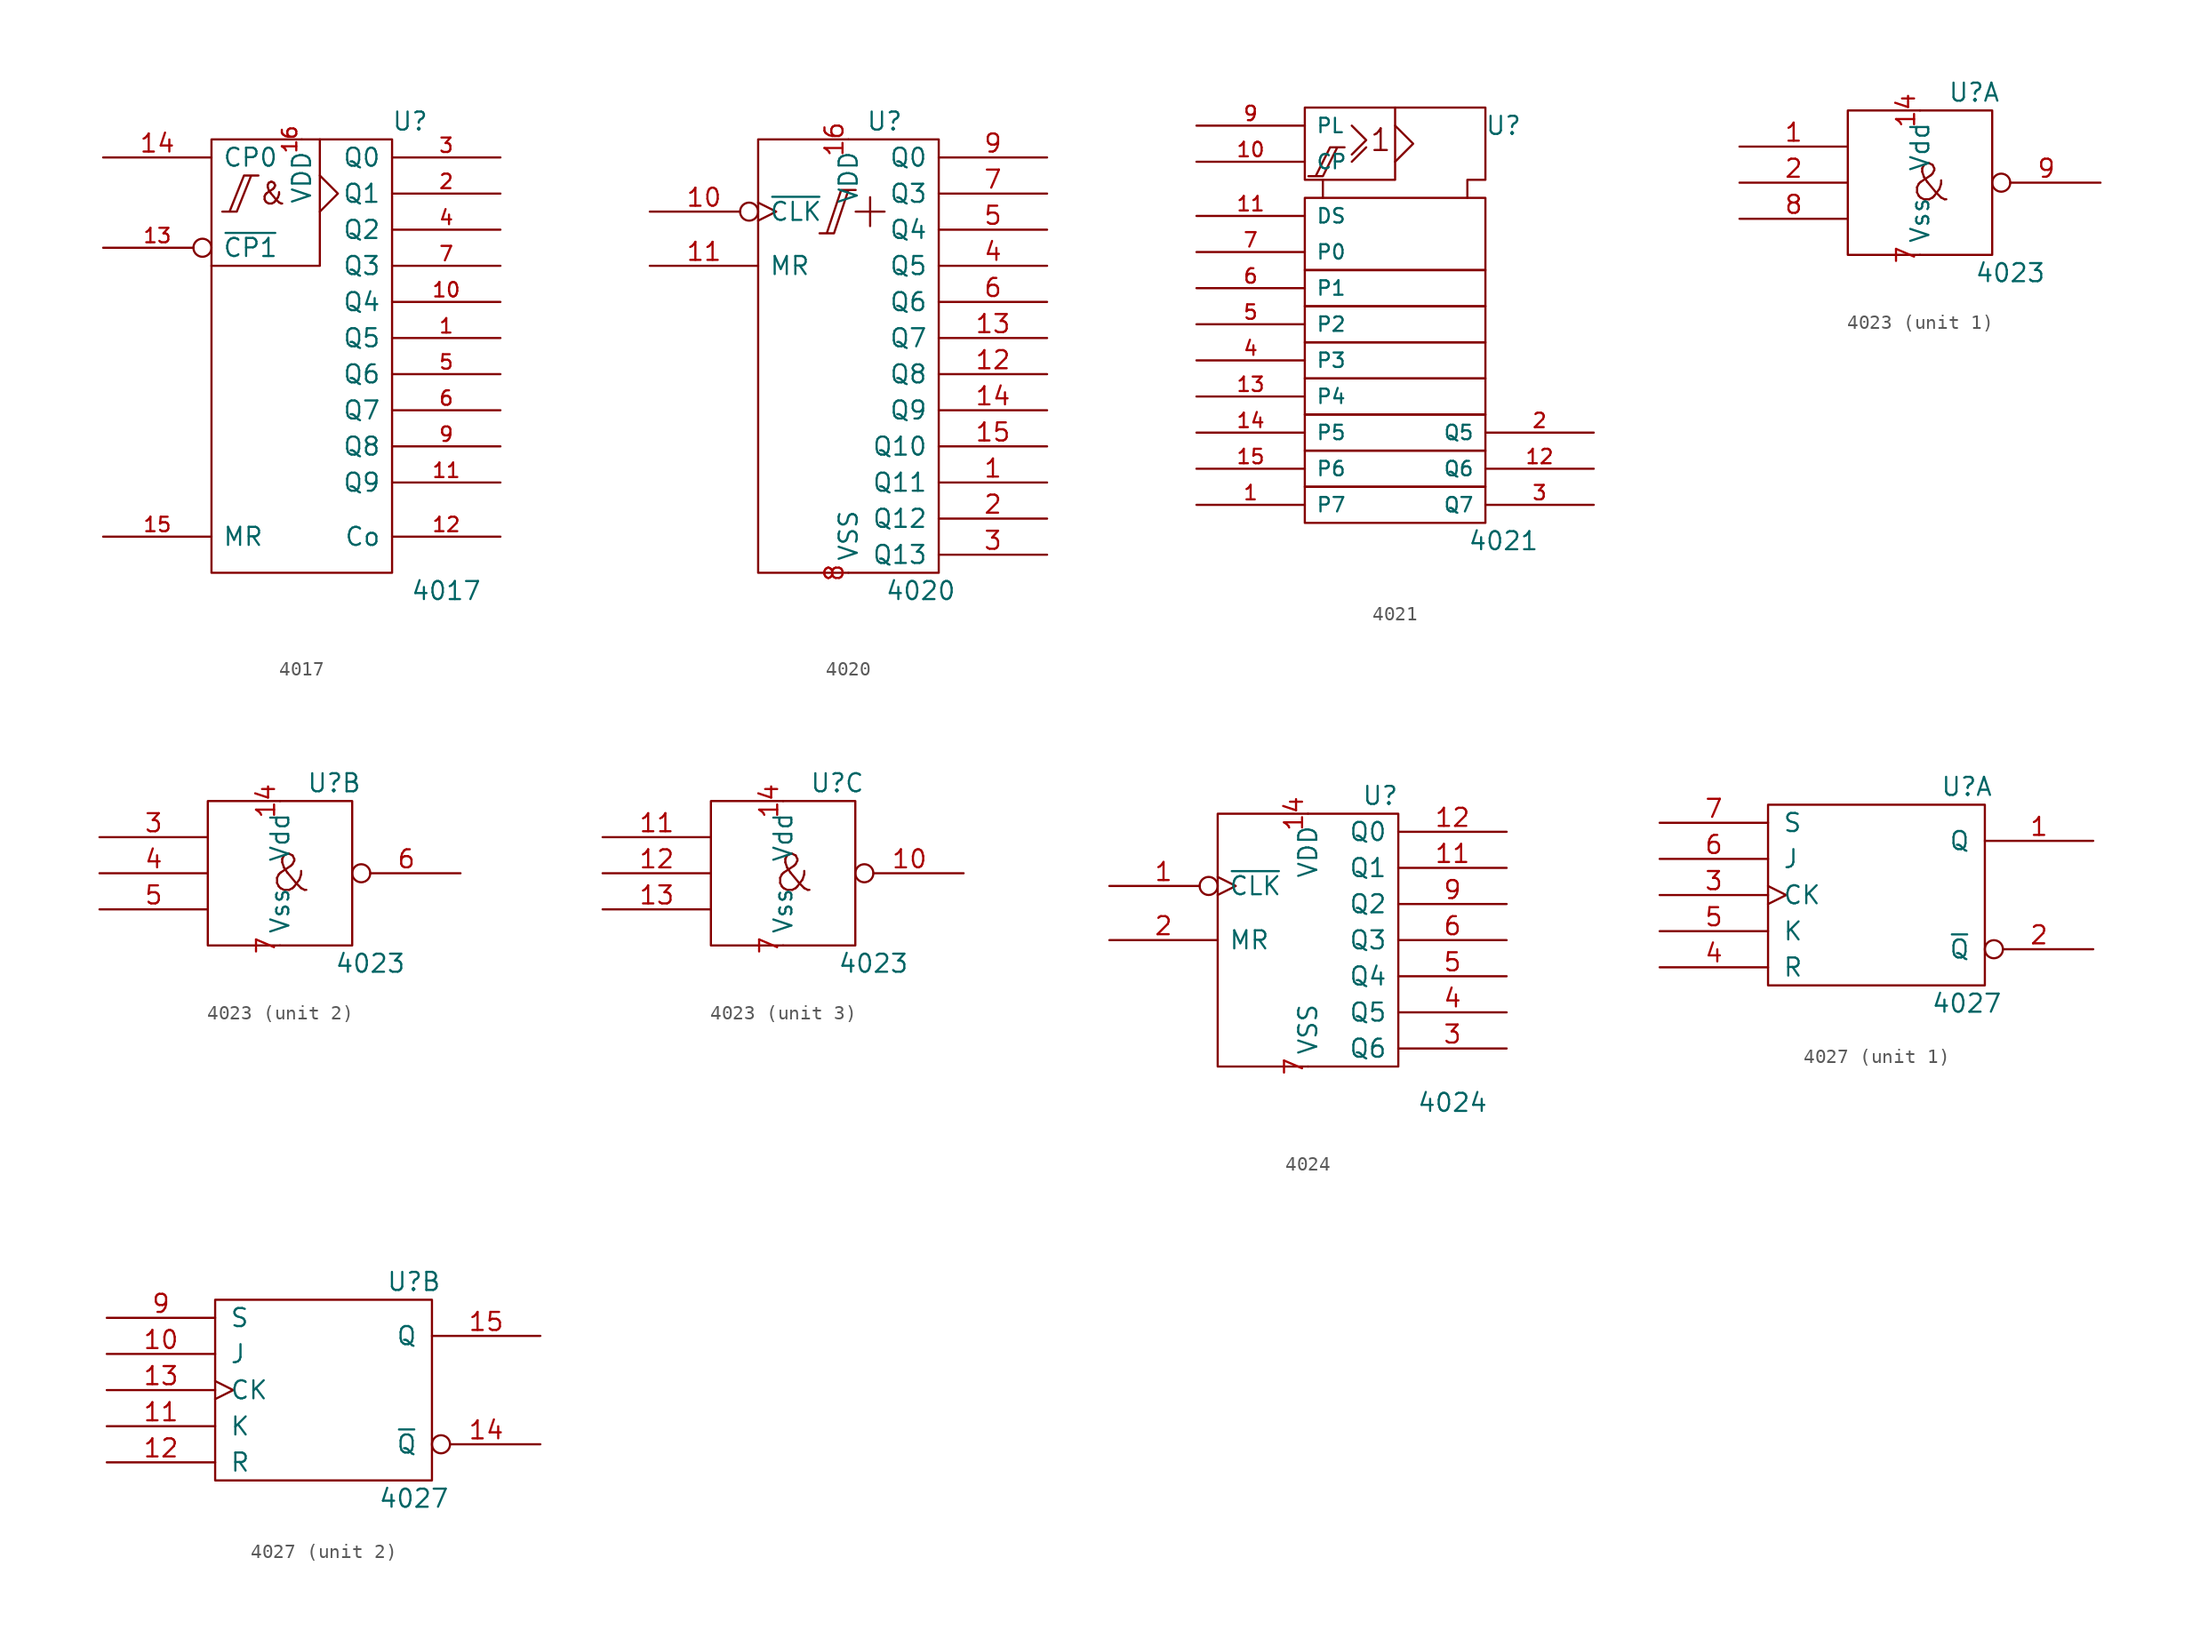
<source format=kicad_sym>
(kicad_symbol_lib
  (version 20211014)
  (generator kicad_symbol_editor)
  (symbol "4017"
    (pin_names
      (offset 0.762))
    (property "Reference" "U"
      (at 7.62 16.51 0)
      (effects (font (size 1.27 1.27))))
    (property "Value" "4017"
      (at 10.16 -16.51 0)
      (effects (font (size 1.27 1.27))))
    (symbol "4017_0_0"
      (polyline (pts (xy -5.588 10.16) (xy -4.572 10.16) (xy -3.556 12.7) (xy -3.048 12.7) (xy -4.064 12.7) (xy -5.08 10.16) (xy -5.08 10.16)) (stroke (width 0) (type default) (color 0 0 0 0)) (fill (type none)))
      (text "&" (at -2.032 11.43 0) (effects (font (size 1.524 1.524))))
      (pin power_in line (at 0 15.24 270) (length 0) (name "VDD" (effects (font (size 1.27 1.27)))) (number "16" (effects (font (size 1.016 1.016)))))
      (pin power_in line (at 0 -15.24 90) (length 0) hide (name "VSS" (effects (font (size 1.27 1.27)))) (number "8" (effects (font (size 1.016 1.016))))))
    (symbol "4017_0_1"
      (rectangle (start -6.35 15.24) (end 6.35 -15.24) (stroke (width 0) (type default) (color 0 0 0 0)) (fill (type none)))
      (polyline (pts (xy 1.27 12.7) (xy 2.54 11.43) (xy 1.27 10.16) (xy 1.27 10.16)) (stroke (width 0) (type default) (color 0 0 0 0)) (fill (type none)))
      (polyline (pts (xy 1.27 15.24) (xy 1.27 6.35) (xy -6.35 6.35) (xy -6.35 6.35)) (stroke (width 0) (type default) (color 0 0 0 0)) (fill (type none))))
    (symbol "4017_1_1"
      (pin output line (at 13.97 1.27 180) (length 7.62) (name "Q5" (effects (font (size 1.27 1.27)))) (number "1" (effects (font (size 1.016 1.016)))))
      (pin output line (at 13.97 3.81 180) (length 7.62) (name "Q4" (effects (font (size 1.27 1.27)))) (number "10" (effects (font (size 1.016 1.016)))))
      (pin output line (at 13.97 -8.89 180) (length 7.62) (name "Q9" (effects (font (size 1.27 1.27)))) (number "11" (effects (font (size 1.016 1.016)))))
      (pin output line (at 13.97 -12.7 180) (length 7.62) (name "Co" (effects (font (size 1.27 1.27)))) (number "12" (effects (font (size 1.016 1.016)))))
      (pin input inverted (at -13.97 7.62 0) (length 7.62) (name "~{CP1}" (effects (font (size 1.27 1.27)))) (number "13" (effects (font (size 1.016 1.016)))))
      (pin input line (at -13.97 13.97 0) (length 7.62) (name "CP0" (effects (font (size 1.27 1.27)))) (number "14" (effects (font (size 1.27 1.27)))))
      (pin input line (at -13.97 -12.7 0) (length 7.62) (name "MR" (effects (font (size 1.27 1.27)))) (number "15" (effects (font (size 1.016 1.016)))))
      (pin output line (at 13.97 11.43 180) (length 7.62) (name "Q1" (effects (font (size 1.27 1.27)))) (number "2" (effects (font (size 1.016 1.016)))))
      (pin output line (at 13.97 13.97 180) (length 7.62) (name "Q0" (effects (font (size 1.27 1.27)))) (number "3" (effects (font (size 1.016 1.016)))))
      (pin output line (at 13.97 8.89 180) (length 7.62) (name "Q2" (effects (font (size 1.27 1.27)))) (number "4" (effects (font (size 1.016 1.016)))))
      (pin output line (at 13.97 -1.27 180) (length 7.62) (name "Q6" (effects (font (size 1.27 1.27)))) (number "5" (effects (font (size 1.016 1.016)))))
      (pin output line (at 13.97 -3.81 180) (length 7.62) (name "Q7" (effects (font (size 1.27 1.27)))) (number "6" (effects (font (size 1.016 1.016)))))
      (pin output line (at 13.97 6.35 180) (length 7.62) (name "Q3" (effects (font (size 1.27 1.27)))) (number "7" (effects (font (size 1.016 1.016)))))
      (pin output line (at 13.97 -6.35 180) (length 7.62) (name "Q8" (effects (font (size 1.27 1.27)))) (number "9" (effects (font (size 1.016 1.016)))))))
  (symbol "4020"
    (pin_names
      (offset 0.762))
    (property "Reference" "U"
      (at 2.54 16.51 0)
      (effects (font (size 1.27 1.27))))
    (property "Value" "4020"
      (at 5.08 -16.51 0)
      (effects (font (size 1.27 1.27))))
    (symbol "4020_0_0"
      (rectangle (start -6.35 15.24) (end 6.35 -15.24) (stroke (width 0) (type default) (color 0 0 0 0)) (fill (type none)))
      (polyline (pts (xy 0.508 10.16) (xy 2.54 10.16) (xy 2.54 10.16)) (stroke (width 0) (type default) (color 0 0 0 0)) (fill (type none)))
      (polyline (pts (xy 1.524 11.176) (xy 1.524 9.144) (xy 1.524 9.144)) (stroke (width 0) (type default) (color 0 0 0 0)) (fill (type none)))
      (polyline (pts (xy -2.032 8.636) (xy -1.016 8.636) (xy 0 11.684) (xy 0.508 11.684) (xy -0.508 11.684) (xy -1.524 8.636) (xy -1.524 8.636)) (stroke (width 0) (type default) (color 0 0 0 0)) (fill (type none)))
      (pin power_in line (at 0 15.24 270) (length 0) (name "VDD" (effects (font (size 1.27 1.27)))) (number "16" (effects (font (size 1.27 1.27)))))
      (pin power_in line (at 0 -15.24 90) (length 0) (name "VSS" (effects (font (size 1.27 1.27)))) (number "8" (effects (font (size 1.27 1.27))))))
    (symbol "4020_1_1"
      (pin output line (at 13.97 -8.89 180) (length 7.62) (name "Q11" (effects (font (size 1.27 1.27)))) (number "1" (effects (font (size 1.27 1.27)))))
      (pin input inverted_clock (at -13.97 10.16 0) (length 7.62) (name "~{CLK}" (effects (font (size 1.27 1.27)))) (number "10" (effects (font (size 1.27 1.27)))))
      (pin input line (at -13.97 6.35 0) (length 7.62) (name "MR" (effects (font (size 1.27 1.27)))) (number "11" (effects (font (size 1.27 1.27)))))
      (pin output line (at 13.97 -1.27 180) (length 7.62) (name "Q8" (effects (font (size 1.27 1.27)))) (number "12" (effects (font (size 1.27 1.27)))))
      (pin output line (at 13.97 1.27 180) (length 7.62) (name "Q7" (effects (font (size 1.27 1.27)))) (number "13" (effects (font (size 1.27 1.27)))))
      (pin output line (at 13.97 -3.81 180) (length 7.62) (name "Q9" (effects (font (size 1.27 1.27)))) (number "14" (effects (font (size 1.27 1.27)))))
      (pin output line (at 13.97 -6.35 180) (length 7.62) (name "Q10" (effects (font (size 1.27 1.27)))) (number "15" (effects (font (size 1.27 1.27)))))
      (pin output line (at 13.97 -11.43 180) (length 7.62) (name "Q12" (effects (font (size 1.27 1.27)))) (number "2" (effects (font (size 1.27 1.27)))))
      (pin output line (at 13.97 -13.97 180) (length 7.62) (name "Q13" (effects (font (size 1.27 1.27)))) (number "3" (effects (font (size 1.27 1.27)))))
      (pin output line (at 13.97 6.35 180) (length 7.62) (name "Q5" (effects (font (size 1.27 1.27)))) (number "4" (effects (font (size 1.27 1.27)))))
      (pin output line (at 13.97 8.89 180) (length 7.62) (name "Q4" (effects (font (size 1.27 1.27)))) (number "5" (effects (font (size 1.27 1.27)))))
      (pin output line (at 13.97 3.81 180) (length 7.62) (name "Q6" (effects (font (size 1.27 1.27)))) (number "6" (effects (font (size 1.27 1.27)))))
      (pin output line (at 13.97 11.43 180) (length 7.62) (name "Q3" (effects (font (size 1.27 1.27)))) (number "7" (effects (font (size 1.27 1.27)))))
      (pin output line (at 13.97 13.97 180) (length 7.62) (name "Q0" (effects (font (size 1.27 1.27)))) (number "9" (effects (font (size 1.27 1.27)))))))
  (symbol "4021"
    (pin_names
      (offset 0.762))
    (property "Reference" "U"
      (at 7.62 7.62 0)
      (effects (font (size 1.27 1.27))))
    (property "Value" "4021"
      (at 7.62 -21.59 0)
      (effects (font (size 1.27 1.27))))
    (symbol "4021_0_0"
      (polyline (pts (xy -6.096 4.064) (xy -5.08 4.064) (xy -4.064 6.096) (xy -3.556 6.096) (xy -4.572 6.096) (xy -5.588 4.064) (xy -5.588 4.064)) (stroke (width 0) (type default) (color 0 0 0 0)) (fill (type none)))
      (text "1" (at -1.016 6.604 0) (effects (font (size 1.524 1.524)))))
    (symbol "4021_0_1"
      (rectangle (start -6.35 -17.78) (end 6.35 -20.32) (stroke (width 0) (type default) (color 0 0 0 0)) (fill (type none)))
      (rectangle (start -6.35 -15.24) (end 6.35 -17.78) (stroke (width 0) (type default) (color 0 0 0 0)) (fill (type none)))
      (rectangle (start -6.35 -12.7) (end 6.35 -15.24) (stroke (width 0) (type default) (color 0 0 0 0)) (fill (type none)))
      (rectangle (start -6.35 -10.16) (end 6.35 -12.7) (stroke (width 0) (type default) (color 0 0 0 0)) (fill (type none)))
      (rectangle (start -6.35 -7.62) (end 6.35 -10.16) (stroke (width 0) (type default) (color 0 0 0 0)) (fill (type none)))
      (rectangle (start -6.35 -5.08) (end 6.35 -7.62) (stroke (width 0) (type default) (color 0 0 0 0)) (fill (type none)))
      (rectangle (start -6.35 -2.54) (end 6.35 -5.08) (stroke (width 0) (type default) (color 0 0 0 0)) (fill (type none)))
      (rectangle (start -6.35 2.54) (end 6.35 -2.54) (stroke (width 0) (type default) (color 0 0 0 0)) (fill (type none)))
      (polyline (pts (xy -3.048 5.08) (xy -2.032 6.096) (xy -2.032 6.096)) (stroke (width 0) (type default) (color 0 0 0 0)) (fill (type none)))
      (polyline (pts (xy -3.048 7.62) (xy -2.032 6.604) (xy -3.048 5.588) (xy -3.048 5.588)) (stroke (width 0) (type default) (color 0 0 0 0)) (fill (type none)))
      (polyline (pts (xy 0 7.62) (xy 1.27 6.35) (xy 0 5.08) (xy 0 5.08)) (stroke (width 0) (type default) (color 0 0 0 0)) (fill (type none)))
      (polyline (pts (xy 0 8.89) (xy 0 3.81) (xy -5.08 3.81) (xy -5.08 3.81)) (stroke (width 0) (type default) (color 0 0 0 0)) (fill (type none)))
      (polyline (pts (xy -5.08 2.54) (xy -5.08 3.81) (xy -6.35 3.81) (xy -6.35 8.89) (xy 6.35 8.89) (xy 6.35 3.81) (xy 5.08 3.81) (xy 5.08 2.54) (xy 5.08 2.54)) (stroke (width 0) (type default) (color 0 0 0 0)) (fill (type none)))
      (pin power_in line (at 3.81 8.89 270) (length 0) hide (name "Vdd" (effects (font (size 1.016 1.016)))) (number "16" (effects (font (size 1.016 1.016)))))
      (pin power_in line (at 1.27 8.89 270) (length 0) hide (name "Vss" (effects (font (size 1.016 1.016)))) (number "8" (effects (font (size 1.016 1.016))))))
    (symbol "4021_1_1"
      (pin input line (at -13.97 -19.05 0) (length 7.62) (name "P7" (effects (font (size 1.016 1.016)))) (number "1" (effects (font (size 1.016 1.016)))))
      (pin output line (at -13.97 5.08 0) (length 7.62) (name "CP" (effects (font (size 1.016 1.016)))) (number "10" (effects (font (size 1.016 1.016)))))
      (pin output line (at -13.97 1.27 0) (length 7.62) (name "DS" (effects (font (size 1.016 1.016)))) (number "11" (effects (font (size 1.016 1.016)))))
      (pin output line (at 13.97 -16.51 180) (length 7.62) (name "Q6" (effects (font (size 1.016 1.016)))) (number "12" (effects (font (size 1.016 1.016)))))
      (pin input line (at -13.97 -11.43 0) (length 7.62) (name "P4" (effects (font (size 1.016 1.016)))) (number "13" (effects (font (size 1.016 1.016)))))
      (pin input line (at -13.97 -13.97 0) (length 7.62) (name "P5" (effects (font (size 1.016 1.016)))) (number "14" (effects (font (size 1.016 1.016)))))
      (pin input line (at -13.97 -16.51 0) (length 7.62) (name "P6" (effects (font (size 1.016 1.016)))) (number "15" (effects (font (size 1.016 1.016)))))
      (pin output line (at 13.97 -13.97 180) (length 7.62) (name "Q5" (effects (font (size 1.016 1.016)))) (number "2" (effects (font (size 1.016 1.016)))))
      (pin output line (at 13.97 -19.05 180) (length 7.62) (name "Q7" (effects (font (size 1.016 1.016)))) (number "3" (effects (font (size 1.016 1.016)))))
      (pin input line (at -13.97 -8.89 0) (length 7.62) (name "P3" (effects (font (size 1.016 1.016)))) (number "4" (effects (font (size 1.016 1.016)))))
      (pin input line (at -13.97 -6.35 0) (length 7.62) (name "P2" (effects (font (size 1.016 1.016)))) (number "5" (effects (font (size 1.016 1.016)))))
      (pin input line (at -13.97 -3.81 0) (length 7.62) (name "P1" (effects (font (size 1.016 1.016)))) (number "6" (effects (font (size 1.016 1.016)))))
      (pin input line (at -13.97 -1.27 0) (length 7.62) (name "P0" (effects (font (size 1.016 1.016)))) (number "7" (effects (font (size 1.016 1.016)))))
      (pin output line (at -13.97 7.62 0) (length 7.62) (name "PL" (effects (font (size 1.016 1.016)))) (number "9" (effects (font (size 1.016 1.016)))))))
  (symbol "4023"
    (pin_names
      (offset 0.762))
    (property "Reference" "U"
      (at 3.81 6.35 0)
      (effects (font (size 1.27 1.27))))
    (property "Value" "4023"
      (at 6.35 -6.35 0)
      (effects (font (size 1.27 1.27))))
    (symbol "4023_0_0"
      (rectangle (start -5.08 5.08) (end 5.08 -5.08) (stroke (width 0) (type default) (color 0 0 0 0)) (fill (type none)))
      (text "&" (at 0.762 0 0) (effects (font (size 2.54 2.54)))))
    (symbol "4023_0_1"
      (pin power_in line (at 0 5.08 270) (length 0) (name "Vdd" (effects (font (size 1.27 1.27)))) (number "14" (effects (font (size 1.27 1.27)))))
      (pin power_in line (at 0 -5.08 90) (length 0) (name "Vss" (effects (font (size 1.27 1.27)))) (number "7" (effects (font (size 1.27 1.27))))))
    (symbol "4023_1_1"
      (pin input line (at -12.7 2.54 0) (length 7.62) (name "~" (effects (font (size 1.27 1.27)))) (number "1" (effects (font (size 1.27 1.27)))))
      (pin input line (at -12.7 0 0) (length 7.62) (name "~" (effects (font (size 1.27 1.27)))) (number "2" (effects (font (size 1.27 1.27)))))
      (pin input line (at -12.7 -2.54 0) (length 7.62) (name "~" (effects (font (size 1.27 1.27)))) (number "8" (effects (font (size 1.27 1.27)))))
      (pin output inverted (at 12.7 0 180) (length 7.62) (name "~" (effects (font (size 1.27 1.27)))) (number "9" (effects (font (size 1.27 1.27))))))
    (symbol "4023_2_1"
      (pin input line (at -12.7 2.54 0) (length 7.62) (name "~" (effects (font (size 1.27 1.27)))) (number "3" (effects (font (size 1.27 1.27)))))
      (pin input line (at -12.7 0 0) (length 7.62) (name "~" (effects (font (size 1.27 1.27)))) (number "4" (effects (font (size 1.27 1.27)))))
      (pin input line (at -12.7 -2.54 0) (length 7.62) (name "~" (effects (font (size 1.27 1.27)))) (number "5" (effects (font (size 1.27 1.27)))))
      (pin output inverted (at 12.7 0 180) (length 7.62) (name "~" (effects (font (size 1.27 1.27)))) (number "6" (effects (font (size 1.27 1.27))))))
    (symbol "4023_3_1"
      (pin output inverted (at 12.7 0 180) (length 7.62) (name "~" (effects (font (size 1.27 1.27)))) (number "10" (effects (font (size 1.27 1.27)))))
      (pin input line (at -12.7 2.54 0) (length 7.62) (name "~" (effects (font (size 1.27 1.27)))) (number "11" (effects (font (size 1.27 1.27)))))
      (pin input line (at -12.7 0 0) (length 7.62) (name "~" (effects (font (size 1.27 1.27)))) (number "12" (effects (font (size 1.27 1.27)))))
      (pin input line (at -12.7 -2.54 0) (length 7.62) (name "~" (effects (font (size 1.27 1.27)))) (number "13" (effects (font (size 1.27 1.27)))))))
  (symbol "4024"
    (pin_names
      (offset 0.762))
    (property "Reference" "U"
      (at 5.08 11.43 0)
      (effects (font (size 1.27 1.27))))
    (property "Value" "4024"
      (at 10.16 -10.16 0)
      (effects (font (size 1.27 1.27))))
    (symbol "4024_0_0"
      (rectangle (start -6.35 10.16) (end 6.35 -7.62) (stroke (width 0) (type default) (color 0 0 0 0)) (fill (type none)))
      (pin power_in line (at 0 10.16 270) (length 0) (name "VDD" (effects (font (size 1.27 1.27)))) (number "14" (effects (font (size 1.27 1.27)))))
      (pin power_in line (at 0 -7.62 90) (length 0) (name "VSS" (effects (font (size 1.27 1.27)))) (number "7" (effects (font (size 1.27 1.27))))))
    (symbol "4024_1_1"
      (pin input inverted_clock (at -13.97 5.08 0) (length 7.62) (name "~{CLK}" (effects (font (size 1.27 1.27)))) (number "1" (effects (font (size 1.27 1.27)))))
      (pin output line (at 13.97 6.35 180) (length 7.62) (name "Q1" (effects (font (size 1.27 1.27)))) (number "11" (effects (font (size 1.27 1.27)))))
      (pin output line (at 13.97 8.89 180) (length 7.62) (name "Q0" (effects (font (size 1.27 1.27)))) (number "12" (effects (font (size 1.27 1.27)))))
      (pin input line (at -13.97 1.27 0) (length 7.62) (name "MR" (effects (font (size 1.27 1.27)))) (number "2" (effects (font (size 1.27 1.27)))))
      (pin output line (at 13.97 -6.35 180) (length 7.62) (name "Q6" (effects (font (size 1.27 1.27)))) (number "3" (effects (font (size 1.27 1.27)))))
      (pin output line (at 13.97 -3.81 180) (length 7.62) (name "Q5" (effects (font (size 1.27 1.27)))) (number "4" (effects (font (size 1.27 1.27)))))
      (pin output line (at 13.97 -1.27 180) (length 7.62) (name "Q4" (effects (font (size 1.27 1.27)))) (number "5" (effects (font (size 1.27 1.27)))))
      (pin output line (at 13.97 1.27 180) (length 7.62) (name "Q3" (effects (font (size 1.27 1.27)))) (number "6" (effects (font (size 1.27 1.27)))))
      (pin output line (at 13.97 3.81 180) (length 7.62) (name "Q2" (effects (font (size 1.27 1.27)))) (number "9" (effects (font (size 1.27 1.27)))))))
  (symbol "4027"
    (pin_names
      (offset 1.016))
    (property "Reference" "U"
      (at 6.35 7.62 0)
      (effects (font (size 1.27 1.27))))
    (property "Value" "4027"
      (at 6.35 -7.62 0)
      (effects (font (size 1.27 1.27))))
    (symbol "4027_0_0"
      (pin power_in line (at 0 6.35 270) (length 0) hide (name "VDD" (effects (font (size 0.762 0.762)))) (number "16" (effects (font (size 1.27 1.27)))))
      (pin power_in line (at 0 -6.35 90) (length 0) hide (name "VDD" (effects (font (size 0.762 0.762)))) (number "8" (effects (font (size 1.27 1.27))))))
    (symbol "4027_0_1"
      (rectangle (start -7.62 6.35) (end 7.62 -6.35) (stroke (width 0) (type default) (color 0 0 0 0)) (fill (type none))))
    (symbol "4027_1_1"
      (pin output line (at 15.24 3.81 180) (length 7.62) (name "Q" (effects (font (size 1.27 1.27)))) (number "1" (effects (font (size 1.27 1.27)))))
      (pin output inverted (at 15.24 -3.81 180) (length 7.62) (name "~{Q}" (effects (font (size 1.27 1.27)))) (number "2" (effects (font (size 1.27 1.27)))))
      (pin input clock (at -15.24 0 0) (length 7.62) (name "CK" (effects (font (size 1.27 1.27)))) (number "3" (effects (font (size 1.27 1.27)))))
      (pin input line (at -15.24 -5.08 0) (length 7.62) (name "R" (effects (font (size 1.27 1.27)))) (number "4" (effects (font (size 1.27 1.27)))))
      (pin input line (at -15.24 -2.54 0) (length 7.62) (name "K" (effects (font (size 1.27 1.27)))) (number "5" (effects (font (size 1.27 1.27)))))
      (pin input line (at -15.24 2.54 0) (length 7.62) (name "J" (effects (font (size 1.27 1.27)))) (number "6" (effects (font (size 1.27 1.27)))))
      (pin input line (at -15.24 5.08 0) (length 7.62) (name "S" (effects (font (size 1.27 1.27)))) (number "7" (effects (font (size 1.27 1.27))))))
    (symbol "4027_2_1"
      (pin input line (at -15.24 2.54 0) (length 7.62) (name "J" (effects (font (size 1.27 1.27)))) (number "10" (effects (font (size 1.27 1.27)))))
      (pin input line (at -15.24 -2.54 0) (length 7.62) (name "K" (effects (font (size 1.27 1.27)))) (number "11" (effects (font (size 1.27 1.27)))))
      (pin input line (at -15.24 -5.08 0) (length 7.62) (name "R" (effects (font (size 1.27 1.27)))) (number "12" (effects (font (size 1.27 1.27)))))
      (pin input clock (at -15.24 0 0) (length 7.62) (name "CK" (effects (font (size 1.27 1.27)))) (number "13" (effects (font (size 1.27 1.27)))))
      (pin output inverted (at 15.24 -3.81 180) (length 7.62) (name "~{Q}" (effects (font (size 1.27 1.27)))) (number "14" (effects (font (size 1.27 1.27)))))
      (pin output line (at 15.24 3.81 180) (length 7.62) (name "Q" (effects (font (size 1.27 1.27)))) (number "15" (effects (font (size 1.27 1.27)))))
      (pin input line (at -15.24 5.08 0) (length 7.62) (name "S" (effects (font (size 1.27 1.27)))) (number "9" (effects (font (size 1.27 1.27))))))))
</source>
